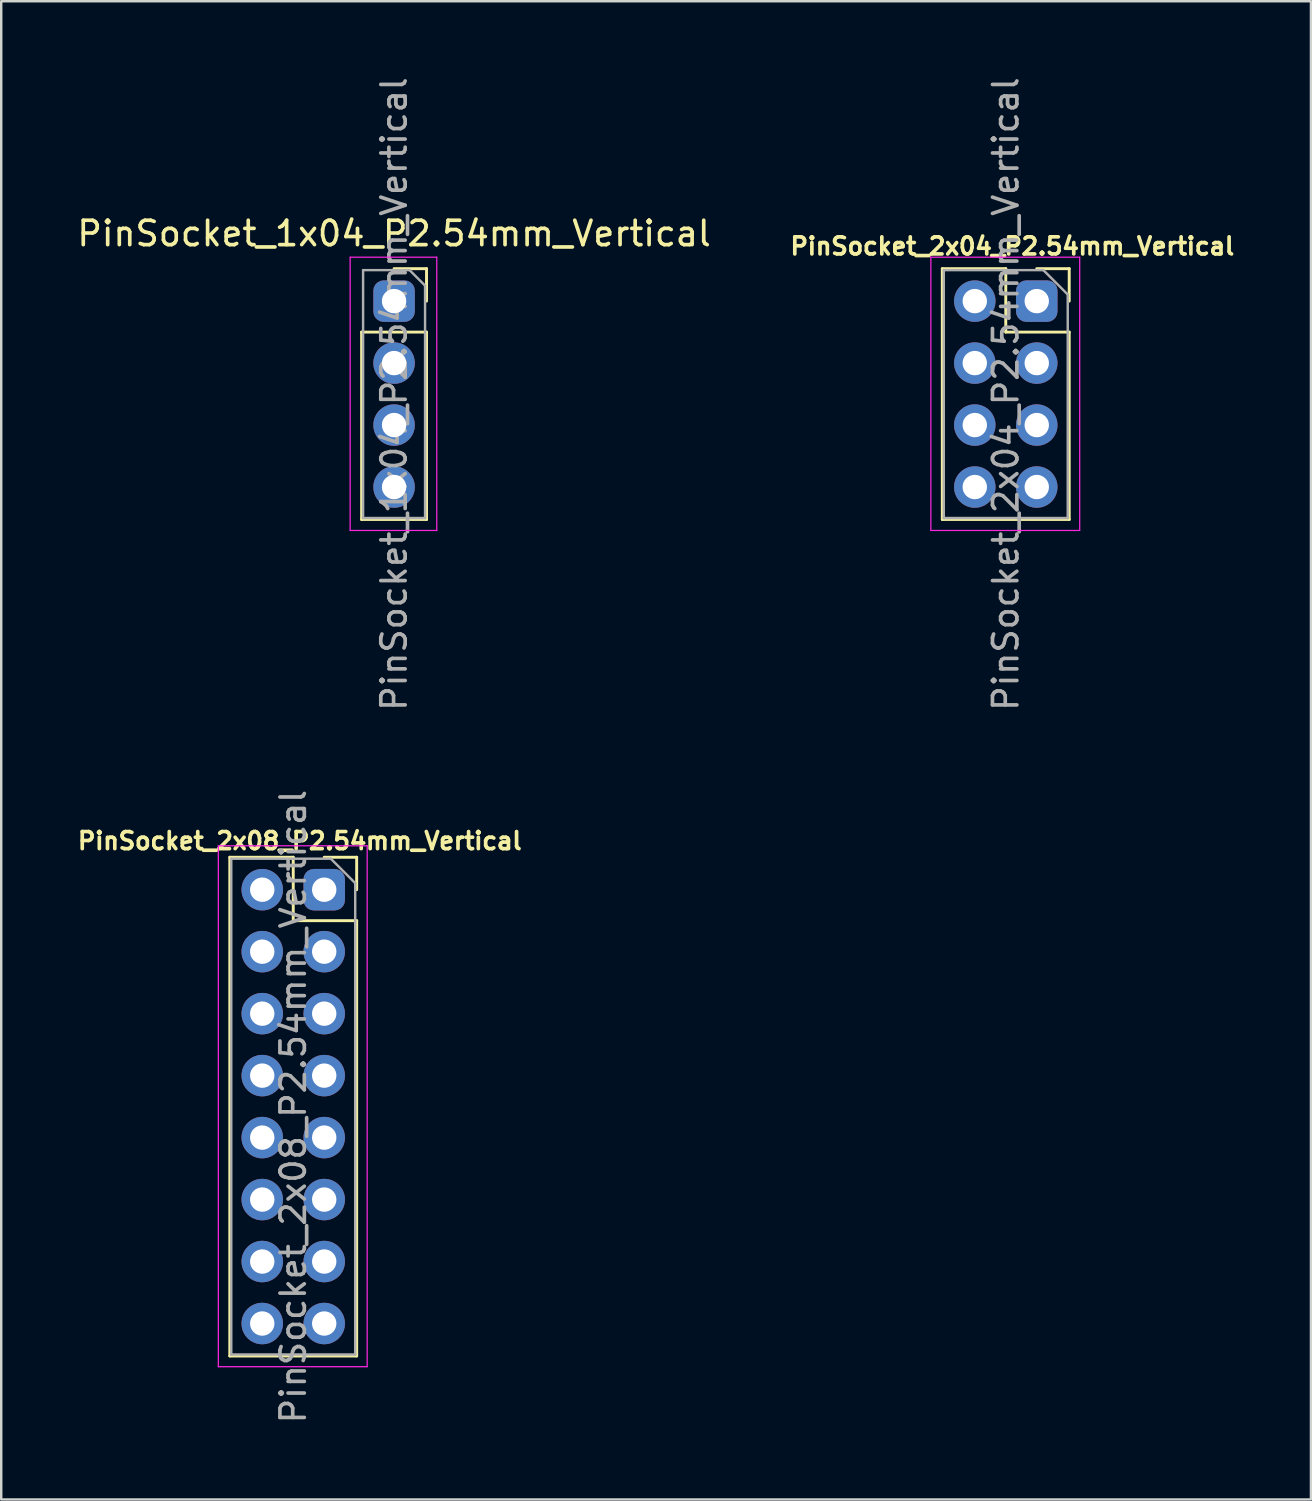
<source format=kicad_pcb>
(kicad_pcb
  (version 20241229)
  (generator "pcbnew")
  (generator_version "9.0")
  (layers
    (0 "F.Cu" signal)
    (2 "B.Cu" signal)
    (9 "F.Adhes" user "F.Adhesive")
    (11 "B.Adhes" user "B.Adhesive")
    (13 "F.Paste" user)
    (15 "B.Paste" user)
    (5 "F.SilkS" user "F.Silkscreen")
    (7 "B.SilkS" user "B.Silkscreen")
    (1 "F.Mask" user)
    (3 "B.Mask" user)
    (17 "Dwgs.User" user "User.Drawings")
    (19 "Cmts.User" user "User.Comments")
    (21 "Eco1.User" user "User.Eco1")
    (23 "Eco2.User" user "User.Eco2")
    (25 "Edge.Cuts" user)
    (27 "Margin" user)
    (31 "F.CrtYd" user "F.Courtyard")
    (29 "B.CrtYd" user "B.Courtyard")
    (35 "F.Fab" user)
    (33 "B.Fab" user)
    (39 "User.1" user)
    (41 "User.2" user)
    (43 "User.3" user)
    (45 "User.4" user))
  (footprint "PinSocket_2x08_P2.54mm_Vertical"
    (layer "F.Cu")
    (at 10.238 33.414)
    (property "Reference" "PinSocket_2x08_P2.54mm_Vertical" (at -1 -2 0) (layer "F.SilkS") (effects (font (size 0.7 0.7) (thickness 0.15))))
    (attr through_hole)
    (fp_line (start -3.87 -1.33) (end -3.87 19.11) (stroke (width 0.12) (type solid)) (layer "F.SilkS"))
    (fp_line (start -3.87 -1.33) (end -1.27 -1.33) (stroke (width 0.12) (type solid)) (layer "F.SilkS"))
    (fp_line (start -3.87 19.11) (end 1.33 19.11) (stroke (width 0.12) (type solid)) (layer "F.SilkS"))
    (fp_line (start -1.27 -1.33) (end -1.27 1.27) (stroke (width 0.12) (type solid)) (layer "F.SilkS"))
    (fp_line (start -1.27 1.27) (end 1.33 1.27) (stroke (width 0.12) (type solid)) (layer "F.SilkS"))
    (fp_line (start 0 -1.33) (end 1.33 -1.33) (stroke (width 0.12) (type solid)) (layer "F.SilkS"))
    (fp_line (start 1.33 -1.33) (end 1.33 0) (stroke (width 0.12) (type solid)) (layer "F.SilkS"))
    (fp_line (start 1.33 1.27) (end 1.33 19.11) (stroke (width 0.12) (type solid)) (layer "F.SilkS"))
    (fp_line (start -4.34 -1.8) (end 1.76 -1.8) (stroke (width 0.05) (type solid)) (layer "F.CrtYd"))
    (fp_line (start -4.34 19.55) (end -4.34 -1.8) (stroke (width 0.05) (type solid)) (layer "F.CrtYd"))
    (fp_line (start 1.76 -1.8) (end 1.76 19.55) (stroke (width 0.05) (type solid)) (layer "F.CrtYd"))
    (fp_line (start 1.76 19.55) (end -4.34 19.55) (stroke (width 0.05) (type solid)) (layer "F.CrtYd"))
    (fp_line (start -3.81 -1.27) (end 0.27 -1.27) (stroke (width 0.1) (type solid)) (layer "F.Fab"))
    (fp_line (start -3.81 19.05) (end -3.81 -1.27) (stroke (width 0.1) (type solid)) (layer "F.Fab"))
    (fp_line (start 0.27 -1.27) (end 1.27 -0.27) (stroke (width 0.1) (type solid)) (layer "F.Fab"))
    (fp_line (start 1.27 -0.27) (end 1.27 19.05) (stroke (width 0.1) (type solid)) (layer "F.Fab"))
    (fp_line (start 1.27 19.05) (end -3.81 19.05) (stroke (width 0.1) (type solid)) (layer "F.Fab"))
    (fp_text user "${REFERENCE}" (at -1.27 8.89 90) (layer "F.Fab") (effects (font (size 1 1) (thickness 0.15))))
    (pad "1" thru_hole roundrect (at 0 0) (size 1.7 1.7) (drill 1) (layers "*.Cu" "*.Mask") (roundrect_rratio 0.25))
    (pad "2" thru_hole oval (at -2.54 0) (size 1.7 1.7) (drill 1) (layers "*.Cu" "*.Mask"))
    (pad "3" thru_hole oval (at 0 2.54) (size 1.7 1.7) (drill 1) (layers "*.Cu" "*.Mask"))
    (pad "4" thru_hole oval (at -2.54 2.54) (size 1.7 1.7) (drill 1) (layers "*.Cu" "*.Mask"))
    (pad "5" thru_hole oval (at 0 5.08) (size 1.7 1.7) (drill 1) (layers "*.Cu" "*.Mask"))
    (pad "6" thru_hole oval (at -2.54 5.08) (size 1.7 1.7) (drill 1) (layers "*.Cu" "*.Mask"))
    (pad "7" thru_hole oval (at 0 7.62) (size 1.7 1.7) (drill 1) (layers "*.Cu" "*.Mask"))
    (pad "8" thru_hole oval (at -2.54 7.62) (size 1.7 1.7) (drill 1) (layers "*.Cu" "*.Mask"))
    (pad "9" thru_hole oval (at 0 10.16) (size 1.7 1.7) (drill 1) (layers "*.Cu" "*.Mask"))
    (pad "10" thru_hole oval (at -2.54 10.16) (size 1.7 1.7) (drill 1) (layers "*.Cu" "*.Mask"))
    (pad "11" thru_hole oval (at 0 12.7) (size 1.7 1.7) (drill 1) (layers "*.Cu" "*.Mask"))
    (pad "12" thru_hole oval (at -2.54 12.7) (size 1.7 1.7) (drill 1) (layers "*.Cu" "*.Mask"))
    (pad "13" thru_hole oval (at 0 15.24) (size 1.7 1.7) (drill 1) (layers "*.Cu" "*.Mask"))
    (pad "14" thru_hole oval (at -2.54 15.24) (size 1.7 1.7) (drill 1) (layers "*.Cu" "*.Mask"))
    (pad "15" thru_hole oval (at 0 17.78) (size 1.7 1.7) (drill 1) (layers "*.Cu" "*.Mask"))
    (pad "16" thru_hole oval (at -2.54 17.78) (size 1.7 1.7) (drill 1) (layers "*.Cu" "*.Mask")))
  (footprint "PinSocket_1x04_P2.54mm_Vertical"
    (layer "F.Cu")
    (at 13.301 13.191)
    (property "Reference" "PinSocket_1x04_P2.54mm_Vertical" (at -0.2 -6.67 0) (layer "F.SilkS") (effects (font (size 1 1) (thickness 0.15))))
    (attr through_hole)
    (fp_line (start -1.53 -2.63) (end -1.53 5.05) (stroke (width 0.12) (type solid)) (layer "F.SilkS"))
    (fp_line (start -1.53 -2.63) (end 1.13 -2.63) (stroke (width 0.12) (type solid)) (layer "F.SilkS"))
    (fp_line (start -1.53 5.05) (end 1.13 5.05) (stroke (width 0.12) (type solid)) (layer "F.SilkS"))
    (fp_line (start -0.2 -5.23) (end 1.13 -5.23) (stroke (width 0.12) (type solid)) (layer "F.SilkS"))
    (fp_line (start 1.13 -5.23) (end 1.13 -3.9) (stroke (width 0.12) (type solid)) (layer "F.SilkS"))
    (fp_line (start 1.13 -2.63) (end 1.13 5.05) (stroke (width 0.12) (type solid)) (layer "F.SilkS"))
    (fp_line (start -2 -5.7) (end 1.55 -5.7) (stroke (width 0.05) (type solid)) (layer "F.CrtYd"))
    (fp_line (start -2 5.5) (end -2 -5.7) (stroke (width 0.05) (type solid)) (layer "F.CrtYd"))
    (fp_line (start 1.55 -5.7) (end 1.55 5.5) (stroke (width 0.05) (type solid)) (layer "F.CrtYd"))
    (fp_line (start 1.55 5.5) (end -2 5.5) (stroke (width 0.05) (type solid)) (layer "F.CrtYd"))
    (fp_line (start -1.47 -5.17) (end 0.435 -5.17) (stroke (width 0.1) (type solid)) (layer "F.Fab"))
    (fp_line (start -1.47 4.99) (end -1.47 -5.17) (stroke (width 0.1) (type solid)) (layer "F.Fab"))
    (fp_line (start 0.435 -5.17) (end 1.07 -4.535) (stroke (width 0.1) (type solid)) (layer "F.Fab"))
    (fp_line (start 1.07 -4.535) (end 1.07 4.99) (stroke (width 0.1) (type solid)) (layer "F.Fab"))
    (fp_line (start 1.07 4.99) (end -1.47 4.99) (stroke (width 0.1) (type solid)) (layer "F.Fab"))
    (fp_text user "${REFERENCE}" (at -0.2 -0.09 90) (layer "F.Fab") (effects (font (size 1 1) (thickness 0.15))))
    (pad "1" thru_hole roundrect (at -0.2 -3.9) (size 1.7 1.7) (drill 1) (layers "*.Cu" "*.Mask") (roundrect_rratio 0.25))
    (pad "2" thru_hole oval (at -0.2 -1.36) (size 1.7 1.7) (drill 1) (layers "*.Cu" "*.Mask"))
    (pad "3" thru_hole oval (at -0.2 1.18) (size 1.7 1.7) (drill 1) (layers "*.Cu" "*.Mask"))
    (pad "4" thru_hole oval (at -0.2 3.72) (size 1.7 1.7) (drill 1) (layers "*.Cu" "*.Mask")))
  (footprint "PinSocket_2x04_P2.54mm_Vertical"
    (layer "F.Cu")
    (at 39.441 9.291)
    (property "Reference" "PinSocket_2x04_P2.54mm_Vertical" (at -1 -2.25 0) (layer "F.SilkS") (effects (font (size 0.7 0.7) (thickness 0.15))))
    (attr through_hole)
    (fp_line (start -3.87 -1.33) (end -3.87 8.95) (stroke (width 0.12) (type solid)) (layer "F.SilkS"))
    (fp_line (start -3.87 -1.33) (end -1.27 -1.33) (stroke (width 0.12) (type solid)) (layer "F.SilkS"))
    (fp_line (start -3.87 8.95) (end 1.33 8.95) (stroke (width 0.12) (type solid)) (layer "F.SilkS"))
    (fp_line (start -1.27 -1.33) (end -1.27 1.27) (stroke (width 0.12) (type solid)) (layer "F.SilkS"))
    (fp_line (start -1.27 1.27) (end 1.33 1.27) (stroke (width 0.12) (type solid)) (layer "F.SilkS"))
    (fp_line (start 0 -1.33) (end 1.33 -1.33) (stroke (width 0.12) (type solid)) (layer "F.SilkS"))
    (fp_line (start 1.33 -1.33) (end 1.33 0) (stroke (width 0.12) (type solid)) (layer "F.SilkS"))
    (fp_line (start 1.33 1.27) (end 1.33 8.95) (stroke (width 0.12) (type solid)) (layer "F.SilkS"))
    (fp_line (start -4.34 -1.8) (end 1.76 -1.8) (stroke (width 0.05) (type solid)) (layer "F.CrtYd"))
    (fp_line (start -4.34 9.4) (end -4.34 -1.8) (stroke (width 0.05) (type solid)) (layer "F.CrtYd"))
    (fp_line (start 1.76 -1.8) (end 1.76 9.4) (stroke (width 0.05) (type solid)) (layer "F.CrtYd"))
    (fp_line (start 1.76 9.4) (end -4.34 9.4) (stroke (width 0.05) (type solid)) (layer "F.CrtYd"))
    (fp_line (start -3.81 -1.27) (end 0.27 -1.27) (stroke (width 0.1) (type solid)) (layer "F.Fab"))
    (fp_line (start -3.81 8.89) (end -3.81 -1.27) (stroke (width 0.1) (type solid)) (layer "F.Fab"))
    (fp_line (start 0.27 -1.27) (end 1.27 -0.27) (stroke (width 0.1) (type solid)) (layer "F.Fab"))
    (fp_line (start 1.27 -0.27) (end 1.27 8.89) (stroke (width 0.1) (type solid)) (layer "F.Fab"))
    (fp_line (start 1.27 8.89) (end -3.81 8.89) (stroke (width 0.1) (type solid)) (layer "F.Fab"))
    (fp_text user "${REFERENCE}" (at -1.27 3.81 90) (layer "F.Fab") (effects (font (size 1 1) (thickness 0.15))))
    (pad "1" thru_hole roundrect (at 0 0) (size 1.7 1.7) (drill 1) (layers "*.Cu" "*.Mask") (roundrect_rratio 0.25))
    (pad "2" thru_hole oval (at -2.54 0) (size 1.7 1.7) (drill 1) (layers "*.Cu" "*.Mask"))
    (pad "3" thru_hole oval (at 0 2.54) (size 1.7 1.7) (drill 1) (layers "*.Cu" "*.Mask"))
    (pad "4" thru_hole oval (at -2.54 2.54) (size 1.7 1.7) (drill 1) (layers "*.Cu" "*.Mask"))
    (pad "5" thru_hole oval (at 0 5.08) (size 1.7 1.7) (drill 1) (layers "*.Cu" "*.Mask"))
    (pad "6" thru_hole oval (at -2.54 5.08) (size 1.7 1.7) (drill 1) (layers "*.Cu" "*.Mask"))
    (pad "7" thru_hole oval (at 0 7.62) (size 1.7 1.7) (drill 1) (layers "*.Cu" "*.Mask"))
    (pad "8" thru_hole oval (at -2.54 7.62) (size 1.7 1.7) (drill 1) (layers "*.Cu" "*.Mask")))
  (gr_rect
    (start -3 -3)
    (end 50.679 58.405)
    (stroke (width 0.1) (type default))
    (fill no)
    (layer "Edge.Cuts")))
</source>
